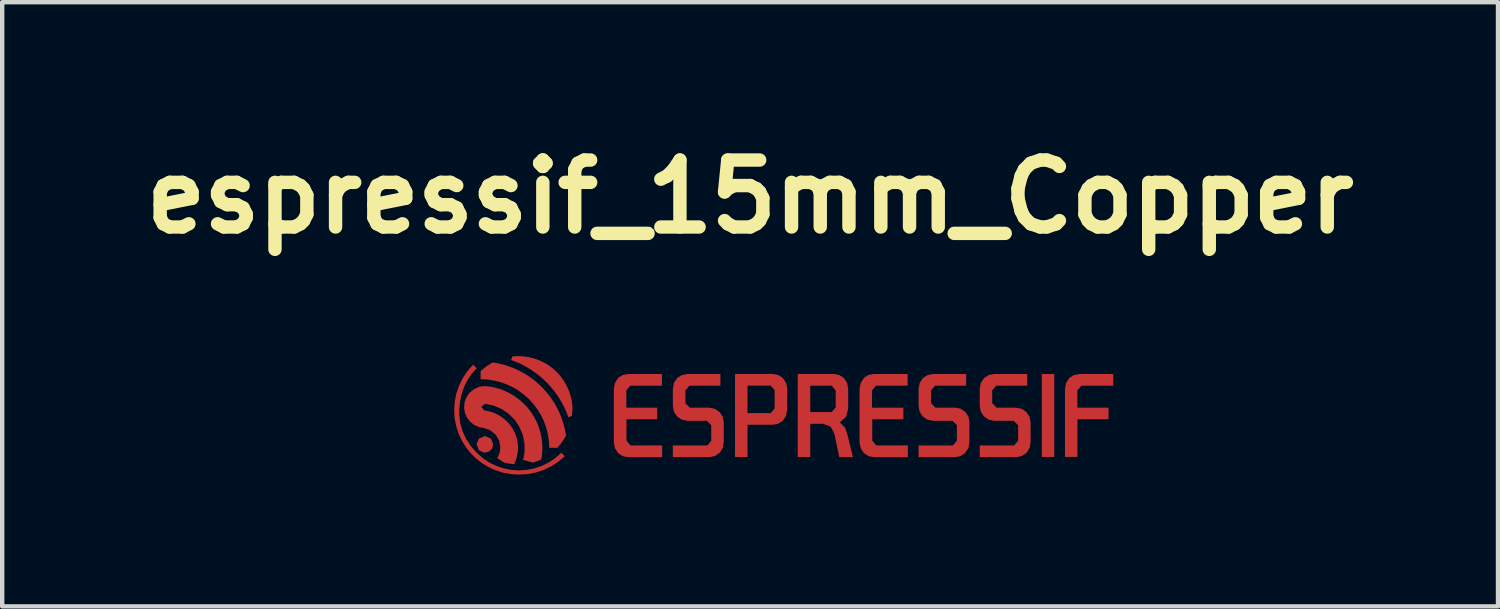
<source format=kicad_pcb>
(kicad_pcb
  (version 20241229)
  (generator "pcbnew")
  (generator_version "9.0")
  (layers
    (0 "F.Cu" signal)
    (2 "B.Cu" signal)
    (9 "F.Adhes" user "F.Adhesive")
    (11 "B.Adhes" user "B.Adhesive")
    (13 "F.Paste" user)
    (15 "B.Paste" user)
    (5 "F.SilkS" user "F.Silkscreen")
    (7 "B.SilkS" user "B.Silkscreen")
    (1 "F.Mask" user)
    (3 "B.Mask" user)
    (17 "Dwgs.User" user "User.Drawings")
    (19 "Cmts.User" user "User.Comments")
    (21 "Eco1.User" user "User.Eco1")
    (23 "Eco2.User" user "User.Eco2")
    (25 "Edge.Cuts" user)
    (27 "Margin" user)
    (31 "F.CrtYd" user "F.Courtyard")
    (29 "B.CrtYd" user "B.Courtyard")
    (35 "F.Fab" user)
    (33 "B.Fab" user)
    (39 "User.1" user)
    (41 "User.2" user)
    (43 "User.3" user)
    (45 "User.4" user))
  (footprint "espressif_15mm_Copper"
    (layer "F.Cu")
    (at 14.021 6.874)
    (property "Reference" "espressif_15mm_Copper" (at 0 -5.447 0) (layer "F.SilkS") (effects (font (size 1.524 1.524) (thickness 0.305))))
    (attr exclude_from_pos_files exclude_from_bom)
    (fp_poly (pts (xy 6.639 -1.413) (xy 6.923 -1.413) (xy 6.923 0.475) (xy 6.639 0.475) (xy 6.639 -1.413)) (stroke (width 0) (type solid)) (fill yes) (layer "F.Cu"))
    (fp_poly (pts (xy -5.846 0.19) (xy -5.87 0.284) (xy -5.933 0.35) (xy -6.052 0.38) (xy -6.17 0.324) (xy -6.226 0.187) (xy -6.172 0.057) (xy -6.036 -0.000318) (xy -5.901 0.055) (xy -5.846 0.19)) (stroke (width 0) (type solid)) (fill yes) (layer "F.Cu"))
    (fp_poly (pts (xy 7.546 -1.147) (xy 8.265 -1.147) (xy 8.265 -1.413) (xy 7.494 -1.413) (xy 7.372 -1.389) (xy 7.266 -1.323) (xy 7.189 -1.205) (xy 7.166 -1.066) (xy 7.166 0.475) (xy 7.45 0.475) (xy 7.45 -0.382) (xy 8.157 -0.382) (xy 8.157 -0.646) (xy 7.448 -0.646) (xy 7.448 -1.039) (xy 7.541 -1.147) (xy 7.546 -1.147)) (stroke (width 0) (type solid)) (fill yes) (layer "F.Cu"))
    (fp_poly (pts (xy 0.516 -1.414) (xy 0.468 -1.149) (xy 0.559 -1.042) (xy 0.559 -0.629) (xy 0.468 -0.522) (xy -0.059 -0.522) (xy -0.059 -1.149) (xy 0.468 -1.149) (xy 0.516 -1.414) (xy -0.343 -1.414) (xy -0.343 0.477) (xy -0.059 0.477) (xy -0.059 -0.257) (xy 0.516 -0.257) (xy 0.638 -0.28) (xy 0.743 -0.347) (xy 0.821 -0.465) (xy 0.844 -0.604) (xy 0.844 -1.074) (xy 0.82 -1.209) (xy 0.743 -1.324) (xy 0.638 -1.391) (xy 0.516 -1.414)) (stroke (width 0) (type solid)) (fill yes) (layer "F.Cu"))
    (fp_poly (pts (xy -3.001 -1.323) (xy -3.078 -1.205) (xy -3.101 -1.066) (xy -3.101 0.141) (xy -3.077 0.276) (xy -3.001 0.391) (xy -2.895 0.458) (xy -2.772 0.481) (xy -2.002 0.481) (xy -2.002 0.212) (xy -2.721 0.212) (xy -2.813 0.104) (xy -2.813 -0.382) (xy -2.114 -0.382) (xy -2.114 -0.646) (xy -2.817 -0.646) (xy -2.817 -1.039) (xy -2.725 -1.147) (xy -2.006 -1.147) (xy -2.006 -1.413) (xy -2.776 -1.413) (xy -2.899 -1.389) (xy -3.005 -1.323) (xy -3.001 -1.323)) (stroke (width 0) (type solid)) (fill yes) (layer "F.Cu"))
    (fp_poly (pts (xy 2.592 -1.323) (xy 2.515 -1.205) (xy 2.491 -1.066) (xy 2.491 0.141) (xy 2.516 0.276) (xy 2.592 0.391) (xy 2.697 0.458) (xy 2.82 0.481) (xy 3.59 0.481) (xy 3.59 0.212) (xy 2.871 0.212) (xy 2.78 0.104) (xy 2.78 -0.382) (xy 3.488 -0.382) (xy 3.488 -0.646) (xy 2.775 -0.646) (xy 2.775 -1.039) (xy 2.866 -1.147) (xy 3.585 -1.147) (xy 3.585 -1.413) (xy 2.815 -1.413) (xy 2.692 -1.389) (xy 2.586 -1.323) (xy 2.592 -1.323)) (stroke (width 0) (type solid)) (fill yes) (layer "F.Cu"))
    (fp_poly (pts (xy 2.045 -0.314) (xy 1.857 -0.546) (xy 1.369 -0.546) (xy 1.369 -1.147) (xy 1.857 -1.147) (xy 1.948 -1.039) (xy 1.948 -1.039) (xy 1.948 -0.654) (xy 1.948 -0.654) (xy 1.857 -0.546) (xy 2.045 -0.314) (xy 2.186 -0.44) (xy 2.232 -0.623) (xy 2.232 -1.074) (xy 2.208 -1.209) (xy 2.132 -1.324) (xy 2.026 -1.391) (xy 1.903 -1.414) (xy 1.084 -1.414) (xy 1.084 0.477) (xy 1.369 0.477) (xy 1.369 -0.279) (xy 1.661 -0.279) (xy 1.832 -0.216) (xy 1.918 -0.056) (xy 2.029 0.48) (xy 2.34 0.48) (xy 2.219 -0.022) (xy 2.165 -0.185) (xy 2.045 -0.307) (xy 2.045 -0.314)) (stroke (width 0) (type solid)) (fill yes) (layer "F.Cu"))
    (fp_poly (pts (xy 6.051 -0.646) (xy 5.611 -0.646) (xy 5.51 -0.748) (xy 5.51 -1.039) (xy 5.601 -1.147) (xy 6.308 -1.147) (xy 6.308 -1.413) (xy 5.555 -1.413) (xy 5.432 -1.389) (xy 5.326 -1.323) (xy 5.249 -1.205) (xy 5.226 -1.066) (xy 5.226 -0.679) (xy 5.251 -0.553) (xy 5.323 -0.445) (xy 5.43 -0.373) (xy 5.557 -0.347) (xy 5.999 -0.347) (xy 6.1 -0.246) (xy 6.1 -0.246) (xy 6.1 0.106) (xy 6.1 0.106) (xy 6.008 0.214) (xy 5.226 0.214) (xy 5.226 0.48) (xy 6.055 0.48) (xy 6.184 0.454) (xy 6.293 0.379) (xy 6.363 0.268) (xy 6.384 0.138) (xy 6.384 -0.311) (xy 6.36 -0.439) (xy 6.288 -0.548) (xy 6.179 -0.621) (xy 6.051 -0.646)) (stroke (width 0) (type solid)) (fill yes) (layer "F.Cu"))
    (fp_poly (pts (xy 4.66 -0.646) (xy 4.219 -0.646) (xy 4.118 -0.748) (xy 4.118 -0.748) (xy 4.118 -1.039) (xy 4.118 -1.039) (xy 4.209 -1.147) (xy 4.917 -1.147) (xy 4.917 -1.413) (xy 4.162 -1.413) (xy 4.04 -1.389) (xy 3.934 -1.323) (xy 3.857 -1.205) (xy 3.834 -1.066) (xy 3.834 -0.679) (xy 3.859 -0.552) (xy 3.931 -0.444) (xy 4.038 -0.372) (xy 4.166 -0.347) (xy 4.606 -0.347) (xy 4.707 -0.246) (xy 4.707 0.106) (xy 4.616 0.214) (xy 3.834 0.214) (xy 3.834 0.48) (xy 4.664 0.48) (xy 4.786 0.456) (xy 4.891 0.389) (xy 4.969 0.271) (xy 4.992 0.132) (xy 4.992 -0.317) (xy 4.967 -0.444) (xy 4.895 -0.552) (xy 4.787 -0.624) (xy 4.66 -0.649) (xy 4.66 -0.646)) (stroke (width 0) (type solid)) (fill yes) (layer "F.Cu"))
    (fp_poly (pts (xy -0.932 -0.646) (xy -1.373 -0.646) (xy -1.472 -0.748) (xy -1.472 -0.748) (xy -1.472 -1.039) (xy -1.472 -1.039) (xy -1.381 -1.147) (xy -0.676 -1.147) (xy -0.676 -1.413) (xy -1.429 -1.413) (xy -1.552 -1.389) (xy -1.658 -1.323) (xy -1.735 -1.205) (xy -1.758 -1.066) (xy -1.758 -0.679) (xy -1.733 -0.553) (xy -1.661 -0.445) (xy -1.554 -0.373) (xy -1.427 -0.347) (xy -0.985 -0.347) (xy -0.884 -0.246) (xy -0.884 -0.246) (xy -0.884 0.106) (xy -0.884 0.106) (xy -0.976 0.214) (xy -1.758 0.214) (xy -1.758 0.48) (xy -0.929 0.48) (xy -0.8 0.454) (xy -0.691 0.379) (xy -0.621 0.268) (xy -0.6 0.138) (xy -0.6 -0.311) (xy -0.624 -0.439) (xy -0.696 -0.548) (xy -0.804 -0.621) (xy -0.932 -0.646)) (stroke (width 0) (type solid)) (fill yes) (layer "F.Cu"))
    (fp_poly (pts (xy -4.039 -0.584) (xy -4.045 -0.706) (xy -4.063 -0.826) (xy -4.093 -0.944) (xy -4.134 -1.059) (xy -4.186 -1.168) (xy -4.249 -1.273) (xy -4.321 -1.37) (xy -4.403 -1.46) (xy -4.494 -1.542) (xy -4.591 -1.614) (xy -4.696 -1.676) (xy -4.806 -1.727) (xy -4.921 -1.768) (xy -5.039 -1.797) (xy -5.159 -1.814) (xy -5.281 -1.82) (xy -5.409 -1.813) (xy -5.437 -1.731) (xy -5.326 -1.689) (xy -5.218 -1.64) (xy -5.112 -1.585) (xy -5.01 -1.525) (xy -4.911 -1.459) (xy -4.816 -1.387) (xy -4.725 -1.311) (xy -4.638 -1.229) (xy -4.557 -1.143) (xy -4.48 -1.052) (xy -4.408 -0.957) (xy -4.342 -0.858) (xy -4.282 -0.756) (xy -4.227 -0.65) (xy -4.178 -0.541) (xy -4.136 -0.43) (xy -4.053 -0.46) (xy -4.046 -0.588) (xy -4.039 -0.584)) (stroke (width 0) (type solid)) (fill yes) (layer "F.Cu"))
    (fp_poly (pts (xy -4.188 -0.008) (xy -4.217 -0.164) (xy -4.258 -0.316) (xy -4.311 -0.465) (xy -4.376 -0.609) (xy -4.453 -0.748) (xy -4.54 -0.88) (xy -4.638 -1.004) (xy -4.745 -1.12) (xy -4.861 -1.228) (xy -4.986 -1.325) (xy -5.117 -1.412) (xy -5.256 -1.489) (xy -5.4 -1.554) (xy -5.549 -1.607) (xy -5.702 -1.648) (xy -5.857 -1.677) (xy -6.002 -1.587) (xy -6.133 -1.478) (xy -6.133 -1.294) (xy -5.98 -1.287) (xy -5.829 -1.264) (xy -5.68 -1.227) (xy -5.536 -1.175) (xy -5.397 -1.11) (xy -5.266 -1.031) (xy -5.143 -0.94) (xy -5.029 -0.837) (xy -4.926 -0.723) (xy -4.835 -0.6) (xy -4.756 -0.469) (xy -4.69 -0.331) (xy -4.639 -0.186) (xy -4.601 -0.038) (xy -4.579 0.114) (xy -4.571 0.267) (xy -4.387 0.267) (xy -4.279 0.136) (xy -4.188 -0.008)) (stroke (width 0) (type solid)) (fill yes) (layer "F.Cu"))
    (fp_poly (pts (xy -5.267 0.877) (xy -5.45 0.865) (xy -5.627 0.832) (xy -5.796 0.778) (xy -5.955 0.705) (xy -6.104 0.615) (xy -6.24 0.508) (xy -6.362 0.386) (xy -6.47 0.25) (xy -6.561 0.102) (xy -6.635 -0.057) (xy -6.689 -0.225) (xy -6.723 -0.402) (xy -6.735 -0.586) (xy -6.723 -0.779) (xy -6.686 -0.967) (xy -6.624 -1.148) (xy -6.54 -1.32) (xy -6.433 -1.479) (xy -6.305 -1.624) (xy -6.222 -1.546) (xy -6.337 -1.415) (xy -6.432 -1.272) (xy -6.507 -1.122) (xy -6.562 -0.964) (xy -6.598 -0.803) (xy -6.617 -0.639) (xy -6.619 -0.476) (xy -6.596 -0.289) (xy -6.543 -0.107) (xy -6.462 0.066) (xy -6.354 0.23) (xy -6.222 0.38) (xy -6.083 0.502) (xy -5.932 0.603) (xy -5.772 0.681) (xy -5.605 0.736) (xy -5.434 0.77) (xy -5.26 0.781) (xy -5.086 0.77) (xy -4.914 0.737) (xy -4.747 0.681) (xy -4.586 0.603) (xy -4.435 0.502) (xy -4.296 0.38) (xy -4.218 0.458) (xy -4.365 0.585) (xy -4.527 0.69) (xy -4.7 0.773) (xy -4.883 0.832) (xy -5.072 0.867) (xy -5.267 0.877)) (stroke (width 0) (type solid)) (fill yes) (layer "F.Cu"))
    (fp_poly (pts (xy -5.283 0.351) (xy -5.28 0.243) (xy -5.291 0.136) (xy -5.315 0.03) (xy -5.352 -0.071) (xy -5.402 -0.167) (xy -5.464 -0.256) (xy -5.536 -0.337) (xy -5.618 -0.407) (xy -5.716 -0.473) (xy -5.821 -0.525) (xy -5.933 -0.562) (xy -6.048 -0.582) (xy -6.116 -0.664) (xy -6.033 -0.733) (xy -5.84 -0.694) (xy -5.659 -0.618) (xy -5.495 -0.508) (xy -5.356 -0.368) (xy -5.247 -0.204) (xy -5.172 -0.022) (xy -5.134 0.171) (xy -5.134 0.368) (xy -5.147 0.456) (xy -5.168 0.541) (xy -4.944 0.604) (xy -4.847 0.572) (xy -4.752 0.531) (xy -4.733 0.4) (xy -4.727 0.268) (xy -4.733 0.143) (xy -4.75 0.019) (xy -4.777 -0.103) (xy -4.816 -0.222) (xy -4.864 -0.337) (xy -4.923 -0.448) (xy -4.991 -0.552) (xy -5.068 -0.651) (xy -5.154 -0.742) (xy -5.247 -0.825) (xy -5.348 -0.9) (xy -5.454 -0.965) (xy -5.566 -1.021) (xy -5.683 -1.067) (xy -5.803 -1.102) (xy -5.925 -1.126) (xy -6.038 -1.137) (xy -6.15 -1.126) (xy -6.282 -1.069) (xy -6.393 -0.976) (xy -6.458 -0.878) (xy -6.498 -0.767) (xy -6.509 -0.65) (xy -6.492 -0.533) (xy -6.446 -0.425) (xy -6.376 -0.33) (xy -6.285 -0.256) (xy -6.178 -0.206) (xy -6.118 -0.193) (xy -6.057 -0.184) (xy -5.91 -0.131) (xy -5.789 -0.03) (xy -5.71 0.106) (xy -5.683 0.26) (xy -5.701 0.387) (xy -5.754 0.503) (xy -5.6 0.602) (xy -5.486 0.627) (xy -5.369 0.64) (xy -5.313 0.497) (xy -5.285 0.345) (xy -5.283 0.351)) (stroke (width 0) (type solid)) (fill yes) (layer "F.Cu")))
  (gr_rect
    (start -3 -3)
    (end 31.042 10.75)
    (stroke (width 0.1) (type default))
    (fill no)
    (layer "Edge.Cuts")))
</source>
